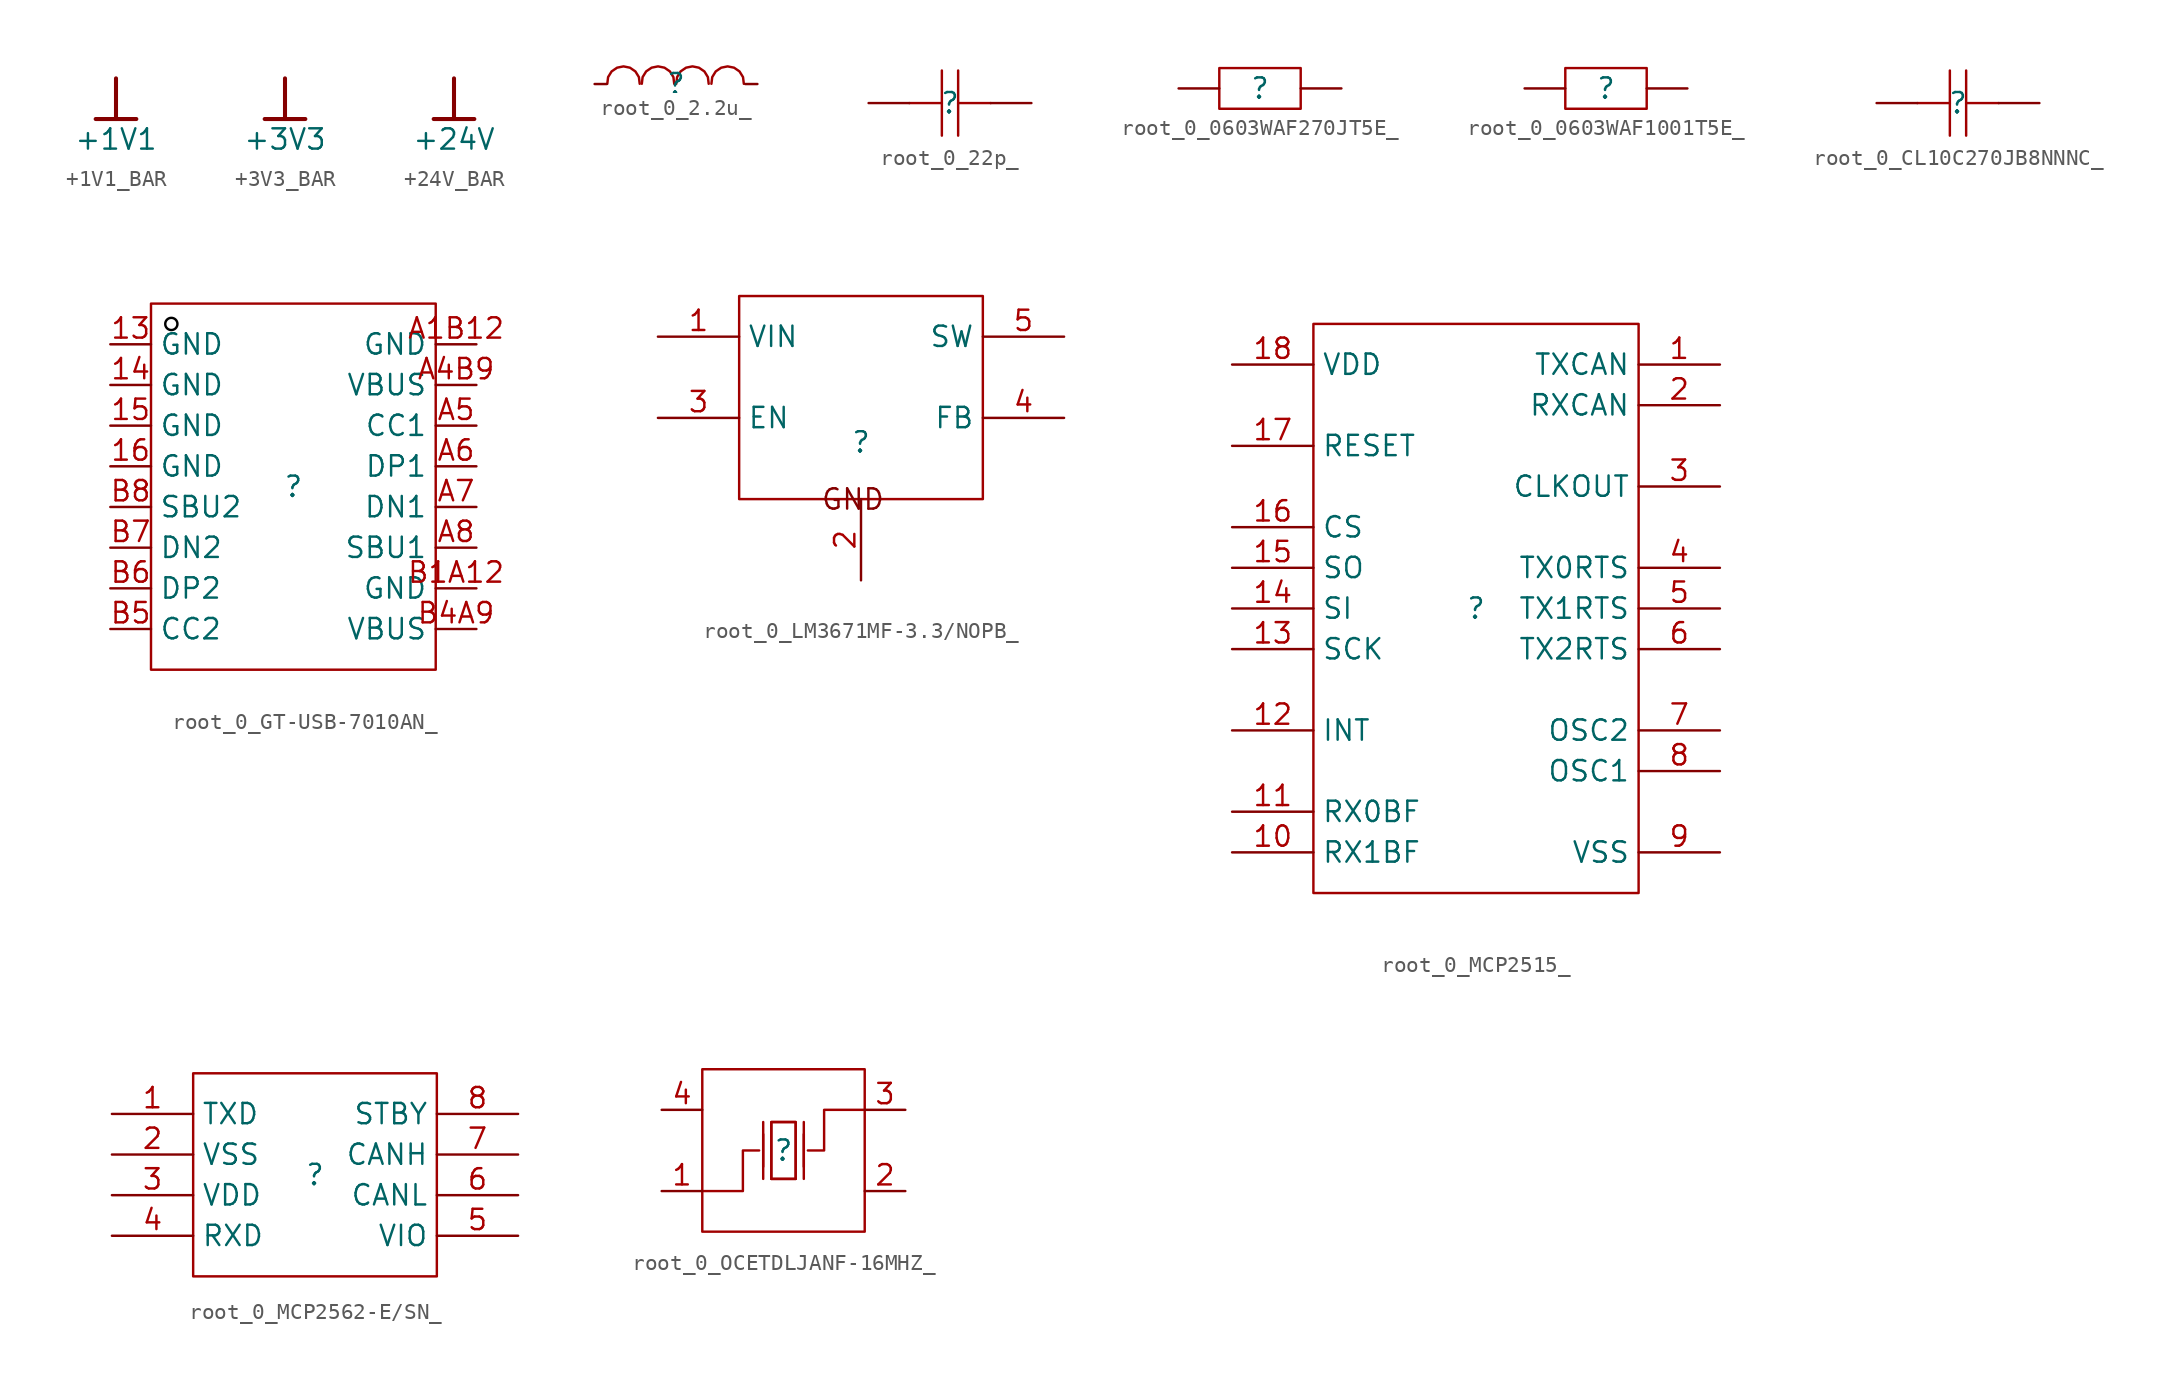
<source format=kicad_sym>
(kicad_symbol_lib
  (version 20241209)
  (generator "kicad_symbol_editor")
  (generator_version "9.0")
  (symbol "+1V1_BAR"
    (power)
    (property "Reference" "#PWR"
      (at 0 0 0)
      (effects (font (size 1.27 1.27)) (hide yes)))
    (property "Value" "+1V1"
      (at 0 -3.81 0)
      (effects (font (size 1.27 1.27))))
    (symbol "+1V1_BAR_0_0"
      (polyline (pts (xy -1.27 -2.54) (xy 1.27 -2.54)) (stroke (width 0.254) (type solid)) (fill (type none)))
      (polyline (pts (xy 0 0) (xy 0 -2.54)) (stroke (width 0.254) (type solid)) (fill (type none)))
      (pin power_in line (at 0 0 0) (length 0) (hide yes) (name "+1V1" (effects (font (size 1.27 1.27)))) (number "" (effects (font (size 1.27 1.27)))))))
  (symbol "+3V3_BAR"
    (power)
    (property "Reference" "#PWR"
      (at 0 0 0)
      (effects (font (size 1.27 1.27)) (hide yes)))
    (property "Value" "+3V3"
      (at 0 -3.81 0)
      (effects (font (size 1.27 1.27))))
    (symbol "+3V3_BAR_0_0"
      (polyline (pts (xy -1.27 -2.54) (xy 1.27 -2.54)) (stroke (width 0.254) (type solid)) (fill (type none)))
      (polyline (pts (xy 0 0) (xy 0 -2.54)) (stroke (width 0.254) (type solid)) (fill (type none)))
      (pin power_in line (at 0 0 0) (length 0) (hide yes) (name "+3V3" (effects (font (size 1.27 1.27)))) (number "" (effects (font (size 1.27 1.27)))))))
  (symbol "+24V_BAR"
    (power)
    (property "Reference" "#PWR"
      (at 0 0 0)
      (effects (font (size 1.27 1.27)) (hide yes)))
    (property "Value" "+24V"
      (at 0 -3.81 0)
      (effects (font (size 1.27 1.27))))
    (symbol "+24V_BAR_0_0"
      (polyline (pts (xy -1.27 -2.54) (xy 1.27 -2.54)) (stroke (width 0.254) (type solid)) (fill (type none)))
      (polyline (pts (xy 0 0) (xy 0 -2.54)) (stroke (width 0.254) (type solid)) (fill (type none)))
      (pin power_in line (at 0 0 0) (length 0) (hide yes) (name "+24V" (effects (font (size 1.27 1.27)))) (number "" (effects (font (size 1.27 1.27)))))))
  (symbol "root_0_2.2u_"
    (pin_numbers
      (hide yes))
    (pin_names
      (hide yes))
    (property "Reference" ""
      (at 0 0 0)
      (effects (font (size 1.27 1.27))))
    (property "Value" ""
      (at 0 0 0)
      (effects (font (size 1.27 1.27))))
    (symbol "root_0_2.2u__1_0"
      (polyline (pts (xy -4.288 0.015) (xy -4.238 0.431) (xy -4.238 0.431) (xy -4.238 0.431) (xy -4.238 0.431) (xy -4.019 0.786) (xy -4.019 0.786) (xy -4.019 0.786) (xy -4.019 0.786) (xy -3.678 1.019) (xy -3.678 1.019) (xy -3.678 1.019) (xy -3.678 1.019) (xy -3.276 1.1) (xy -3.276 1.1) (xy -3.276 1.1) (xy -3.276 1.1) (xy -2.874 1.019) (xy -2.874 1.019) (xy -2.874 1.019) (xy -2.874 1.019) (xy -2.534 0.785) (xy -2.534 0.785) (xy -2.534 0.785) (xy -2.534 0.785) (xy -2.315 0.43) (xy -2.315 0.43) (xy -2.315 0.43) (xy -2.315 0.43) (xy -2.265 0.014)) (stroke (width 0) (type solid) (color 160 0 0 1)) (fill (type none)))
      (polyline (pts (xy -2.133 0.016) (xy -2.083 0.432) (xy -2.083 0.432) (xy -2.083 0.432) (xy -2.083 0.432) (xy -1.864 0.787) (xy -1.864 0.787) (xy -1.864 0.787) (xy -1.864 0.787) (xy -1.523 1.02) (xy -1.523 1.02) (xy -1.523 1.02) (xy -1.523 1.02) (xy -1.121 1.101) (xy -1.121 1.101) (xy -1.121 1.101) (xy -1.121 1.101) (xy -0.719 1.019) (xy -0.719 1.019) (xy -0.719 1.019) (xy -0.719 1.019) (xy -0.379 0.786) (xy -0.379 0.786) (xy -0.379 0.786) (xy -0.379 0.786) (xy -0.161 0.431) (xy -0.161 0.431) (xy -0.161 0.431) (xy -0.161 0.431) (xy -0.111 0.014)) (stroke (width 0) (type solid) (color 160 0 0 1)) (fill (type none)))
      (polyline (pts (xy 0.017 0.016) (xy 0.068 0.432) (xy 0.068 0.432) (xy 0.068 0.432) (xy 0.068 0.432) (xy 0.287 0.787) (xy 0.287 0.787) (xy 0.287 0.787) (xy 0.287 0.787) (xy 0.627 1.02) (xy 0.627 1.02) (xy 0.627 1.02) (xy 0.627 1.02) (xy 1.029 1.101) (xy 1.029 1.101) (xy 1.029 1.101) (xy 1.029 1.101) (xy 1.431 1.019) (xy 1.431 1.019) (xy 1.431 1.019) (xy 1.431 1.019) (xy 1.772 0.786) (xy 1.772 0.786) (xy 1.772 0.786) (xy 1.772 0.786) (xy 1.99 0.431) (xy 1.99 0.431) (xy 1.99 0.431) (xy 1.99 0.431) (xy 2.04 0.014)) (stroke (width 0) (type solid) (color 160 0 0 1)) (fill (type none)))
      (polyline (pts (xy 2.21 0.015) (xy 2.261 0.431) (xy 2.261 0.431) (xy 2.261 0.431) (xy 2.261 0.431) (xy 2.479 0.786) (xy 2.479 0.786) (xy 2.479 0.786) (xy 2.479 0.786) (xy 2.82 1.019) (xy 2.82 1.019) (xy 2.82 1.019) (xy 2.82 1.019) (xy 3.222 1.1) (xy 3.222 1.1) (xy 3.222 1.1) (xy 3.222 1.1) (xy 3.624 1.019) (xy 3.624 1.019) (xy 3.624 1.019) (xy 3.624 1.019) (xy 3.964 0.785) (xy 3.964 0.785) (xy 3.964 0.785) (xy 3.964 0.785) (xy 4.183 0.43) (xy 4.183 0.43) (xy 4.183 0.43) (xy 4.183 0.43) (xy 4.233 0.014)) (stroke (width 0) (type solid) (color 160 0 0 1)) (fill (type none)))
      (pin passive line (at -5.08 0 0) (length 0.762) (name "1" (effects (font (size 1.27 1.27)))) (number "1" (effects (font (size 1.27 1.27)))))
      (pin passive line (at 5.08 0 180) (length 0.762) (name "2" (effects (font (size 1.27 1.27)))) (number "2" (effects (font (size 1.27 1.27)))))))
  (symbol "root_0_22p_"
    (pin_numbers
      (hide yes))
    (pin_names
      (hide yes))
    (property "Reference" ""
      (at 0 0 0)
      (effects (font (size 1.27 1.27))))
    (property "Value" ""
      (at 0 0 0)
      (effects (font (size 1.27 1.27))))
    (symbol "root_0_22p__1_0"
      (polyline (pts (xy -0.508 0) (xy -2.54 0)) (stroke (width 0) (type solid) (color 160 0 0 1)) (fill (type none)))
      (polyline (pts (xy -0.508 -2.032) (xy -0.508 2.032)) (stroke (width 0) (type solid) (color 160 0 0 1)) (fill (type none)))
      (polyline (pts (xy 0.508 2.032) (xy 0.508 -2.032)) (stroke (width 0) (type solid) (color 160 0 0 1)) (fill (type none)))
      (polyline (pts (xy 2.54 0) (xy 0.508 0)) (stroke (width 0) (type solid) (color 160 0 0 1)) (fill (type none)))
      (pin passive line (at -5.08 0 0) (length 2.54) (name "1" (effects (font (size 1.27 1.27)))) (number "1" (effects (font (size 1.27 1.27)))))
      (pin passive line (at 5.08 0 180) (length 2.54) (name "2" (effects (font (size 1.27 1.27)))) (number "2" (effects (font (size 1.27 1.27)))))))
  (symbol "root_0_0603WAF270JT5E_"
    (pin_numbers
      (hide yes))
    (pin_names
      (hide yes))
    (property "Reference" ""
      (at 0 0 0)
      (effects (font (size 1.27 1.27))))
    (property "Value" ""
      (at 0 0 0)
      (effects (font (size 1.27 1.27))))
    (symbol "root_0_0603WAF270JT5E__1_0"
      (rectangle (start -2.54 1.27) (end 2.54 -1.27) (stroke (width 0) (type solid) (color 160 0 0 1)) (fill (type none)))
      (pin passive line (at -5.08 0 0) (length 2.54) (name "1" (effects (font (size 1.27 1.27)))) (number "1" (effects (font (size 1.27 1.27)))))
      (pin passive line (at 5.08 0 180) (length 2.54) (name "2" (effects (font (size 1.27 1.27)))) (number "2" (effects (font (size 1.27 1.27)))))))
  (symbol "root_0_0603WAF1001T5E_"
    (pin_numbers
      (hide yes))
    (pin_names
      (hide yes))
    (property "Reference" ""
      (at 0 0 0)
      (effects (font (size 1.27 1.27))))
    (property "Value" ""
      (at 0 0 0)
      (effects (font (size 1.27 1.27))))
    (symbol "root_0_0603WAF1001T5E__1_0"
      (rectangle (start -2.54 1.27) (end 2.54 -1.27) (stroke (width 0) (type solid) (color 160 0 0 1)) (fill (type none)))
      (pin passive line (at -5.08 0 0) (length 2.54) (name "1" (effects (font (size 1.27 1.27)))) (number "1" (effects (font (size 1.27 1.27)))))
      (pin passive line (at 5.08 0 180) (length 2.54) (name "2" (effects (font (size 1.27 1.27)))) (number "2" (effects (font (size 1.27 1.27)))))))
  (symbol "root_0_CL10C270JB8NNNC_"
    (pin_numbers
      (hide yes))
    (pin_names
      (hide yes))
    (property "Reference" ""
      (at 0 0 0)
      (effects (font (size 1.27 1.27))))
    (property "Value" ""
      (at 0 0 0)
      (effects (font (size 1.27 1.27))))
    (symbol "root_0_CL10C270JB8NNNC__1_0"
      (polyline (pts (xy -0.508 0) (xy -2.54 0)) (stroke (width 0) (type solid) (color 160 0 0 1)) (fill (type none)))
      (polyline (pts (xy -0.508 -2.032) (xy -0.508 2.032)) (stroke (width 0) (type solid) (color 160 0 0 1)) (fill (type none)))
      (polyline (pts (xy 0.508 2.032) (xy 0.508 -2.032)) (stroke (width 0) (type solid) (color 160 0 0 1)) (fill (type none)))
      (polyline (pts (xy 2.54 0) (xy 0.508 0)) (stroke (width 0) (type solid) (color 160 0 0 1)) (fill (type none)))
      (pin passive line (at -5.08 0 0) (length 2.54) (name "1" (effects (font (size 1.27 1.27)))) (number "1" (effects (font (size 1.27 1.27)))))
      (pin passive line (at 5.08 0 180) (length 2.54) (name "2" (effects (font (size 1.27 1.27)))) (number "2" (effects (font (size 1.27 1.27)))))))
  (symbol "root_0_GT-USB-7010AN_"
    (property "Reference" ""
      (at 0 0 0)
      (effects (font (size 1.27 1.27))))
    (property "Value" ""
      (at 0 0 0)
      (effects (font (size 1.27 1.27))))
    (symbol "root_0_GT-USB-7010AN__1_0"
      (rectangle (start -8.89 11.43) (end 8.89 -11.43) (stroke (width 0) (type solid) (color 160 0 0 1)) (fill (type none)))
      (circle (center -7.62 10.16) (radius 0.381) (stroke (width 0) (type solid) (color 0 0 0 1)) (fill (type none)))
      (pin passive line (at -11.43 8.89 0) (length 2.54) (name "GND" (effects (font (size 1.27 1.27)))) (number "13" (effects (font (size 1.27 1.27)))))
      (pin passive line (at -11.43 6.35 0) (length 2.54) (name "GND" (effects (font (size 1.27 1.27)))) (number "14" (effects (font (size 1.27 1.27)))))
      (pin passive line (at -11.43 3.81 0) (length 2.54) (name "GND" (effects (font (size 1.27 1.27)))) (number "15" (effects (font (size 1.27 1.27)))))
      (pin passive line (at -11.43 1.27 0) (length 2.54) (name "GND" (effects (font (size 1.27 1.27)))) (number "16" (effects (font (size 1.27 1.27)))))
      (pin passive line (at -11.43 -1.27 0) (length 2.54) (name "SBU2" (effects (font (size 1.27 1.27)))) (number "B8" (effects (font (size 1.27 1.27)))))
      (pin passive line (at -11.43 -3.81 0) (length 2.54) (name "DN2" (effects (font (size 1.27 1.27)))) (number "B7" (effects (font (size 1.27 1.27)))))
      (pin passive line (at -11.43 -6.35 0) (length 2.54) (name "DP2" (effects (font (size 1.27 1.27)))) (number "B6" (effects (font (size 1.27 1.27)))))
      (pin passive line (at -11.43 -8.89 0) (length 2.54) (name "CC2" (effects (font (size 1.27 1.27)))) (number "B5" (effects (font (size 1.27 1.27)))))
      (pin passive line (at 11.43 8.89 180) (length 2.54) (name "GND" (effects (font (size 1.27 1.27)))) (number "A1B12" (effects (font (size 1.27 1.27)))))
      (pin passive line (at 11.43 6.35 180) (length 2.54) (name "VBUS" (effects (font (size 1.27 1.27)))) (number "A4B9" (effects (font (size 1.27 1.27)))))
      (pin passive line (at 11.43 3.81 180) (length 2.54) (name "CC1" (effects (font (size 1.27 1.27)))) (number "A5" (effects (font (size 1.27 1.27)))))
      (pin passive line (at 11.43 1.27 180) (length 2.54) (name "DP1" (effects (font (size 1.27 1.27)))) (number "A6" (effects (font (size 1.27 1.27)))))
      (pin passive line (at 11.43 -1.27 180) (length 2.54) (name "DN1" (effects (font (size 1.27 1.27)))) (number "A7" (effects (font (size 1.27 1.27)))))
      (pin passive line (at 11.43 -3.81 180) (length 2.54) (name "SBU1" (effects (font (size 1.27 1.27)))) (number "A8" (effects (font (size 1.27 1.27)))))
      (pin passive line (at 11.43 -6.35 180) (length 2.54) (name "GND" (effects (font (size 1.27 1.27)))) (number "B1A12" (effects (font (size 1.27 1.27)))))
      (pin passive line (at 11.43 -8.89 180) (length 2.54) (name "VBUS" (effects (font (size 1.27 1.27)))) (number "B4A9" (effects (font (size 1.27 1.27)))))))
  (symbol "root_0_LM3671MF-3.3/NOPB_"
    (property "Reference" ""
      (at 0 0 0)
      (effects (font (size 1.27 1.27))))
    (property "Value" ""
      (at 0 0 0)
      (effects (font (size 1.27 1.27))))
    (symbol "root_0_LM3671MF-3.3/NOPB__1_0"
      (rectangle (start -7.62 9.144) (end 7.62 -3.556) (stroke (width 0) (type solid) (color 160 0 0 1)) (fill (type none)))
      (text "GND" (at -2.54 -4.313 0) (effects (font (size 1.27 1.27)) (justify left bottom)))
      (pin passive line (at -12.7 6.604 0) (length 5.08) (name "VIN" (effects (font (size 1.27 1.27)))) (number "1" (effects (font (size 1.27 1.27)))))
      (pin passive line (at -12.7 1.524 0) (length 5.08) (name "EN" (effects (font (size 1.27 1.27)))) (number "3" (effects (font (size 1.27 1.27)))))
      (pin passive line (at 0 -8.636 90) (length 5.08) (name "GND" (effects (font (size 0 0)))) (number "2" (effects (font (size 1.27 1.27)))))
      (pin passive line (at 12.7 6.604 180) (length 5.08) (name "SW" (effects (font (size 1.27 1.27)))) (number "5" (effects (font (size 1.27 1.27)))))
      (pin passive line (at 12.7 1.524 180) (length 5.08) (name "FB" (effects (font (size 1.27 1.27)))) (number "4" (effects (font (size 1.27 1.27)))))))
  (symbol "root_0_MCP2515_"
    (property "Reference" ""
      (at 0 0 0)
      (effects (font (size 1.27 1.27))))
    (property "Value" ""
      (at 0 0 0)
      (effects (font (size 1.27 1.27))))
    (symbol "root_0_MCP2515__1_0"
      (rectangle (start -10.16 17.78) (end 10.16 -17.78) (stroke (width 0) (type solid) (color 160 0 0 1)) (fill (type none)))
      (pin passive line (at -15.24 15.24 0) (length 5.08) (name "VDD" (effects (font (size 1.27 1.27)))) (number "18" (effects (font (size 1.27 1.27)))))
      (pin passive line (at -15.24 10.16 0) (length 5.08) (name "RESET" (effects (font (size 1.27 1.27)))) (number "17" (effects (font (size 1.27 1.27)))))
      (pin passive line (at -15.24 5.08 0) (length 5.08) (name "CS" (effects (font (size 1.27 1.27)))) (number "16" (effects (font (size 1.27 1.27)))))
      (pin passive line (at -15.24 2.54 0) (length 5.08) (name "SO" (effects (font (size 1.27 1.27)))) (number "15" (effects (font (size 1.27 1.27)))))
      (pin passive line (at -15.24 0 0) (length 5.08) (name "SI" (effects (font (size 1.27 1.27)))) (number "14" (effects (font (size 1.27 1.27)))))
      (pin passive line (at -15.24 -2.54 0) (length 5.08) (name "SCK" (effects (font (size 1.27 1.27)))) (number "13" (effects (font (size 1.27 1.27)))))
      (pin passive line (at -15.24 -7.62 0) (length 5.08) (name "INT" (effects (font (size 1.27 1.27)))) (number "12" (effects (font (size 1.27 1.27)))))
      (pin passive line (at -15.24 -12.7 0) (length 5.08) (name "RX0BF" (effects (font (size 1.27 1.27)))) (number "11" (effects (font (size 1.27 1.27)))))
      (pin passive line (at -15.24 -15.24 0) (length 5.08) (name "RX1BF" (effects (font (size 1.27 1.27)))) (number "10" (effects (font (size 1.27 1.27)))))
      (pin passive line (at 15.24 15.24 180) (length 5.08) (name "TXCAN" (effects (font (size 1.27 1.27)))) (number "1" (effects (font (size 1.27 1.27)))))
      (pin passive line (at 15.24 12.7 180) (length 5.08) (name "RXCAN" (effects (font (size 1.27 1.27)))) (number "2" (effects (font (size 1.27 1.27)))))
      (pin passive line (at 15.24 7.62 180) (length 5.08) (name "CLKOUT" (effects (font (size 1.27 1.27)))) (number "3" (effects (font (size 1.27 1.27)))))
      (pin passive line (at 15.24 2.54 180) (length 5.08) (name "TX0RTS" (effects (font (size 1.27 1.27)))) (number "4" (effects (font (size 1.27 1.27)))))
      (pin passive line (at 15.24 0 180) (length 5.08) (name "TX1RTS" (effects (font (size 1.27 1.27)))) (number "5" (effects (font (size 1.27 1.27)))))
      (pin passive line (at 15.24 -2.54 180) (length 5.08) (name "TX2RTS" (effects (font (size 1.27 1.27)))) (number "6" (effects (font (size 1.27 1.27)))))
      (pin passive line (at 15.24 -7.62 180) (length 5.08) (name "OSC2" (effects (font (size 1.27 1.27)))) (number "7" (effects (font (size 1.27 1.27)))))
      (pin passive line (at 15.24 -10.16 180) (length 5.08) (name "OSC1" (effects (font (size 1.27 1.27)))) (number "8" (effects (font (size 1.27 1.27)))))
      (pin passive line (at 15.24 -15.24 180) (length 5.08) (name "VSS" (effects (font (size 1.27 1.27)))) (number "9" (effects (font (size 1.27 1.27)))))))
  (symbol "root_0_MCP2562-E/SN_"
    (property "Reference" ""
      (at 0 0 0)
      (effects (font (size 1.27 1.27))))
    (property "Value" ""
      (at 0 0 0)
      (effects (font (size 1.27 1.27))))
    (symbol "root_0_MCP2562-E/SN__1_0"
      (rectangle (start -7.62 6.35) (end 7.62 -6.35) (stroke (width 0) (type solid) (color 160 0 0 1)) (fill (type none)))
      (pin passive line (at -12.7 3.81 0) (length 5.08) (name "TXD" (effects (font (size 1.27 1.27)))) (number "1" (effects (font (size 1.27 1.27)))))
      (pin passive line (at -12.7 1.27 0) (length 5.08) (name "VSS" (effects (font (size 1.27 1.27)))) (number "2" (effects (font (size 1.27 1.27)))))
      (pin passive line (at -12.7 -1.27 0) (length 5.08) (name "VDD" (effects (font (size 1.27 1.27)))) (number "3" (effects (font (size 1.27 1.27)))))
      (pin passive line (at -12.7 -3.81 0) (length 5.08) (name "RXD" (effects (font (size 1.27 1.27)))) (number "4" (effects (font (size 1.27 1.27)))))
      (pin passive line (at 12.7 3.81 180) (length 5.08) (name "STBY" (effects (font (size 1.27 1.27)))) (number "8" (effects (font (size 1.27 1.27)))))
      (pin passive line (at 12.7 1.27 180) (length 5.08) (name "CANH" (effects (font (size 1.27 1.27)))) (number "7" (effects (font (size 1.27 1.27)))))
      (pin passive line (at 12.7 -1.27 180) (length 5.08) (name "CANL" (effects (font (size 1.27 1.27)))) (number "6" (effects (font (size 1.27 1.27)))))
      (pin passive line (at 12.7 -3.81 180) (length 5.08) (name "VIO" (effects (font (size 1.27 1.27)))) (number "5" (effects (font (size 1.27 1.27)))))))
  (symbol "root_0_OCETDLJANF-16MHZ_"
    (pin_names
      (hide yes))
    (property "Reference" ""
      (at 0 0 0)
      (effects (font (size 1.27 1.27))))
    (property "Value" ""
      (at 0 0 0)
      (effects (font (size 1.27 1.27))))
    (symbol "root_0_OCETDLJANF-16MHZ__1_0"
      (rectangle (start -5.08 5.08) (end 5.08 -5.08) (stroke (width 0) (type solid) (color 160 0 0 1)) (fill (type none)))
      (polyline (pts (xy -5.08 -2.54) (xy -2.54 -2.54) (xy -2.54 -2.54) (xy -2.54 -2.54) (xy -2.54 -2.54) (xy -2.54 0) (xy -2.54 0) (xy -2.54 0) (xy -2.54 0) (xy -1.524 0)) (stroke (width 0) (type solid) (color 160 0 0 1)) (fill (type none)))
      (polyline (pts (xy -1.27 -1.016) (xy -1.27 1.016)) (stroke (width 0) (type solid) (color 160 0 0 1)) (fill (type none)))
      (polyline (pts (xy -1.27 -1.778) (xy -1.27 1.778)) (stroke (width 0) (type solid) (color 160 0 0 1)) (fill (type none)))
      (polyline (pts (xy -0.762 -1.778) (xy -0.762 1.778) (xy -0.762 1.778) (xy -0.762 1.778) (xy -0.762 1.778) (xy 0.762 1.778) (xy 0.762 1.778) (xy 0.762 1.778) (xy 0.762 1.778) (xy 0.762 -1.778)) (stroke (width 0) (type solid) (color 160 0 0 1)) (fill (type none)))
      (polyline (pts (xy 0.762 1.778) (xy 0.762 -1.778) (xy 0.762 -1.778) (xy 0.762 -1.778) (xy 0.762 -1.778) (xy -0.762 -1.778) (xy -0.762 -1.778) (xy -0.762 -1.778) (xy -0.762 -1.778) (xy -0.762 1.778) (xy -0.762 1.778) (xy -0.762 1.778) (xy -0.762 1.778) (xy 0.762 1.778)) (stroke (width 0) (type solid) (color 160 0 0 1)) (fill (type none)))
      (polyline (pts (xy 0.762 -1.778) (xy -0.762 -1.778)) (stroke (width 0) (type solid) (color 160 0 0 1)) (fill (type none)))
      (polyline (pts (xy 1.27 -1.016) (xy 1.27 1.016)) (stroke (width 0) (type solid) (color 160 0 0 1)) (fill (type none)))
      (polyline (pts (xy 1.27 -1.778) (xy 1.27 1.778)) (stroke (width 0) (type solid) (color 160 0 0 1)) (fill (type none)))
      (polyline (pts (xy 5.08 2.54) (xy 2.54 2.54) (xy 2.54 2.54) (xy 2.54 2.54) (xy 2.54 2.54) (xy 2.54 0) (xy 2.54 0) (xy 2.54 0) (xy 2.54 0) (xy 1.524 0)) (stroke (width 0) (type solid) (color 160 0 0 1)) (fill (type none)))
      (pin passive line (at -7.62 2.54 0) (length 2.54) (name "vdd" (effects (font (size 1.27 1.27)))) (number "4" (effects (font (size 1.27 1.27)))))
      (pin passive line (at -7.62 -2.54 0) (length 2.54) (name "tri" (effects (font (size 1.27 1.27)))) (number "1" (effects (font (size 1.27 1.27)))))
      (pin passive line (at 7.62 2.54 180) (length 2.54) (name "out" (effects (font (size 1.27 1.27)))) (number "3" (effects (font (size 1.27 1.27)))))
      (pin passive line (at 7.62 -2.54 180) (length 2.54) (name "GND" (effects (font (size 1.27 1.27)))) (number "2" (effects (font (size 1.27 1.27))))))))
</source>
